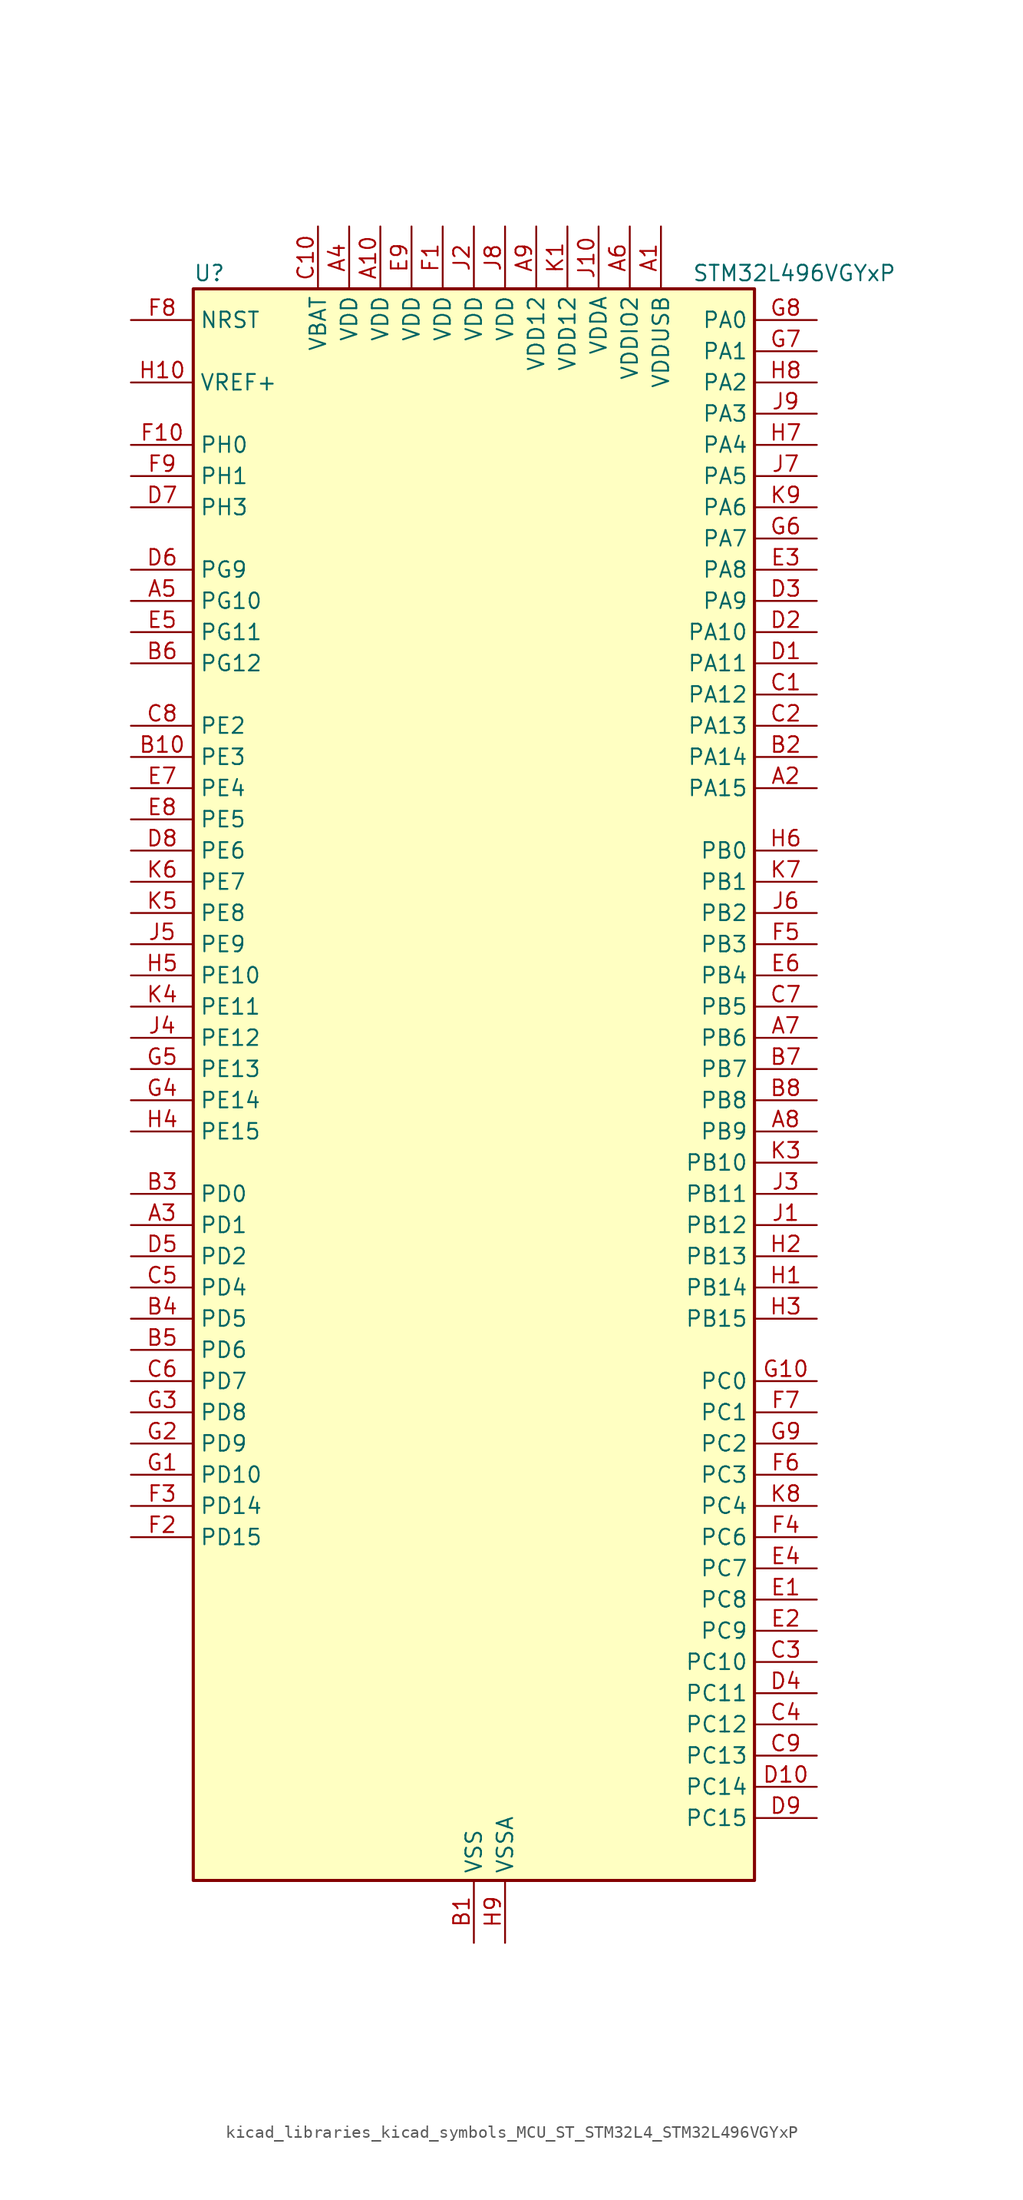
<source format=kicad_sym>
(kicad_symbol_lib
  (version 20220914)
  (generator kicad_symbol_editor)
  (symbol "kicad_libraries_kicad_symbols_MCU_ST_STM32L4_STM32L496VGYxP"
    (property "Reference" "U"
      (at -22.86 67.31 0)
      (effects (font (size 1.27 1.27)) (justify left)))
    (property "Value" "STM32L496VGYxP"
      (at 17.78 67.31 0)
      (effects (font (size 1.27 1.27)) (justify left)))
    (property "ki_locked" ""
      (at 0 0 0)
      (effects (font (size 1.27 1.27))))
    (symbol "kicad_libraries_kicad_symbols_MCU_ST_STM32L4_STM32L496VGYxP_0_1"
      (rectangle (start -22.86 -63.5) (end 22.86 66.04) (stroke (width 0.254) (type default)) (fill (type background))))
    (symbol "kicad_libraries_kicad_symbols_MCU_ST_STM32L4_STM32L496VGYxP_1_1"
      (pin power_in line (at 15.24 71.12 270) (length 5.08) (name "VDDUSB" (effects (font (size 1.27 1.27)))) (number "A1" (effects (font (size 1.27 1.27)))))
      (pin power_in line (at -7.62 71.12 270) (length 5.08) (name "VDD" (effects (font (size 1.27 1.27)))) (number "A10" (effects (font (size 1.27 1.27)))))
      (pin bidirectional line (at 27.94 25.4 180) (length 5.08) (name "PA15" (effects (font (size 1.27 1.27)))) (number "A2" (effects (font (size 1.27 1.27)))) (alternate "ADC1_EXTI15" bidirectional line) (alternate "ADC2_EXTI15" bidirectional line) (alternate "ADC3_EXTI15" bidirectional line) (alternate "LCD_SEG17" bidirectional line) (alternate "SAI2_FS_B" bidirectional line) (alternate "SPI1_NSS" bidirectional line) (alternate "SPI3_NSS" bidirectional line) (alternate "SWPMI1_SUSPEND" bidirectional line) (alternate "SYS_JTDI" bidirectional line) (alternate "TIM2_CH1" bidirectional line) (alternate "TIM2_ETR" bidirectional line) (alternate "TSC_G3_IO1" bidirectional line) (alternate "UART4_DE" bidirectional line) (alternate "UART4_RTS" bidirectional line) (alternate "USART2_RX" bidirectional line) (alternate "USART3_DE" bidirectional line) (alternate "USART3_RTS" bidirectional line))
      (pin bidirectional line (at -27.94 -10.16 0) (length 5.08) (name "PD1" (effects (font (size 1.27 1.27)))) (number "A3" (effects (font (size 1.27 1.27)))) (alternate "CAN1_TX" bidirectional line) (alternate "DFSDM1_CKIN7" bidirectional line) (alternate "FMC_D3" bidirectional line) (alternate "FMC_DA3" bidirectional line) (alternate "SPI2_SCK" bidirectional line))
      (pin power_in line (at -10.16 71.12 270) (length 5.08) (name "VDD" (effects (font (size 1.27 1.27)))) (number "A4" (effects (font (size 1.27 1.27)))))
      (pin bidirectional line (at -27.94 40.64 0) (length 5.08) (name "PG10" (effects (font (size 1.27 1.27)))) (number "A5" (effects (font (size 1.27 1.27)))) (alternate "LPTIM1_IN1" bidirectional line) (alternate "SAI2_FS_A" bidirectional line) (alternate "SPI3_MISO" bidirectional line) (alternate "TIM15_CH1" bidirectional line) (alternate "USART1_RX" bidirectional line))
      (pin power_in line (at 12.7 71.12 270) (length 5.08) (name "VDDIO2" (effects (font (size 1.27 1.27)))) (number "A6" (effects (font (size 1.27 1.27)))))
      (pin bidirectional line (at 27.94 5.08 180) (length 5.08) (name "PB6" (effects (font (size 1.27 1.27)))) (number "A7" (effects (font (size 1.27 1.27)))) (alternate "CAN2_TX" bidirectional line) (alternate "COMP2_INP" bidirectional line) (alternate "DCMI_D5" bidirectional line) (alternate "DFSDM1_DATIN5" bidirectional line) (alternate "I2C1_SCL" bidirectional line) (alternate "I2C4_SCL" bidirectional line) (alternate "LPTIM1_ETR" bidirectional line) (alternate "SAI1_FS_B" bidirectional line) (alternate "TIM16_CH1N" bidirectional line) (alternate "TIM4_CH1" bidirectional line) (alternate "TIM8_BKIN2" bidirectional line) (alternate "TIM8_BKIN2_COMP2" bidirectional line) (alternate "TSC_G2_IO3" bidirectional line) (alternate "USART1_TX" bidirectional line))
      (pin bidirectional line (at 27.94 -2.54 180) (length 5.08) (name "PB9" (effects (font (size 1.27 1.27)))) (number "A8" (effects (font (size 1.27 1.27)))) (alternate "CAN1_TX" bidirectional line) (alternate "DAC1_EXTI9" bidirectional line) (alternate "DCMI_D7" bidirectional line) (alternate "DFSDM1_CKIN6" bidirectional line) (alternate "I2C1_SDA" bidirectional line) (alternate "IR_OUT" bidirectional line) (alternate "LCD_COM3" bidirectional line) (alternate "SAI1_FS_A" bidirectional line) (alternate "SDMMC1_D5" bidirectional line) (alternate "SPI2_NSS" bidirectional line) (alternate "TIM17_CH1" bidirectional line) (alternate "TIM4_CH4" bidirectional line))
      (pin power_in line (at 5.08 71.12 270) (length 5.08) (name "VDD12" (effects (font (size 1.27 1.27)))) (number "A9" (effects (font (size 1.27 1.27)))))
      (pin power_in line (at 0 -68.58 90) (length 5.08) (name "VSS" (effects (font (size 1.27 1.27)))) (number "B1" (effects (font (size 1.27 1.27)))))
      (pin bidirectional line (at -27.94 27.94 0) (length 5.08) (name "PE3" (effects (font (size 1.27 1.27)))) (number "B10" (effects (font (size 1.27 1.27)))) (alternate "FMC_A19" bidirectional line) (alternate "LCD_SEG39" bidirectional line) (alternate "SAI1_SD_B" bidirectional line) (alternate "SYS_TRACED0" bidirectional line) (alternate "TIM3_CH1" bidirectional line) (alternate "TSC_G7_IO2" bidirectional line))
      (pin bidirectional line (at 27.94 27.94 180) (length 5.08) (name "PA14" (effects (font (size 1.27 1.27)))) (number "B2" (effects (font (size 1.27 1.27)))) (alternate "I2C1_SMBA" bidirectional line) (alternate "I2C4_SMBA" bidirectional line) (alternate "LPTIM1_OUT" bidirectional line) (alternate "SAI1_FS_B" bidirectional line) (alternate "SWPMI1_RX" bidirectional line) (alternate "SYS_JTCK-SWCLK" bidirectional line) (alternate "USB_OTG_FS_SOF" bidirectional line))
      (pin bidirectional line (at -27.94 -7.62 0) (length 5.08) (name "PD0" (effects (font (size 1.27 1.27)))) (number "B3" (effects (font (size 1.27 1.27)))) (alternate "CAN1_RX" bidirectional line) (alternate "DFSDM1_DATIN7" bidirectional line) (alternate "FMC_D2" bidirectional line) (alternate "FMC_DA2" bidirectional line) (alternate "SPI2_NSS" bidirectional line))
      (pin bidirectional line (at -27.94 -17.78 0) (length 5.08) (name "PD5" (effects (font (size 1.27 1.27)))) (number "B4" (effects (font (size 1.27 1.27)))) (alternate "FMC_NWE" bidirectional line) (alternate "QUADSPI_BK2_IO1" bidirectional line) (alternate "USART2_TX" bidirectional line))
      (pin bidirectional line (at -27.94 -20.32 0) (length 5.08) (name "PD6" (effects (font (size 1.27 1.27)))) (number "B5" (effects (font (size 1.27 1.27)))) (alternate "DCMI_D10" bidirectional line) (alternate "DFSDM1_DATIN1" bidirectional line) (alternate "FMC_NWAIT" bidirectional line) (alternate "QUADSPI_BK2_IO1" bidirectional line) (alternate "QUADSPI_BK2_IO2" bidirectional line) (alternate "SAI1_SD_A" bidirectional line) (alternate "USART2_RX" bidirectional line))
      (pin bidirectional line (at -27.94 35.56 0) (length 5.08) (name "PG12" (effects (font (size 1.27 1.27)))) (number "B6" (effects (font (size 1.27 1.27)))) (alternate "LPTIM1_ETR" bidirectional line) (alternate "SAI2_SD_A" bidirectional line) (alternate "SPI3_NSS" bidirectional line) (alternate "USART1_DE" bidirectional line) (alternate "USART1_RTS" bidirectional line))
      (pin bidirectional line (at 27.94 2.54 180) (length 5.08) (name "PB7" (effects (font (size 1.27 1.27)))) (number "B7" (effects (font (size 1.27 1.27)))) (alternate "COMP2_INM" bidirectional line) (alternate "DCMI_VSYNC" bidirectional line) (alternate "DFSDM1_CKIN5" bidirectional line) (alternate "FMC_NL" bidirectional line) (alternate "I2C1_SDA" bidirectional line) (alternate "I2C4_SDA" bidirectional line) (alternate "LCD_SEG21" bidirectional line) (alternate "LPTIM1_IN2" bidirectional line) (alternate "SYS_PVD_IN" bidirectional line) (alternate "TIM17_CH1N" bidirectional line) (alternate "TIM4_CH2" bidirectional line) (alternate "TIM8_BKIN" bidirectional line) (alternate "TIM8_BKIN_COMP1" bidirectional line) (alternate "TSC_G2_IO4" bidirectional line) (alternate "UART4_CTS" bidirectional line) (alternate "USART1_RX" bidirectional line))
      (pin bidirectional line (at 27.94 0 180) (length 5.08) (name "PB8" (effects (font (size 1.27 1.27)))) (number "B8" (effects (font (size 1.27 1.27)))) (alternate "CAN1_RX" bidirectional line) (alternate "DCMI_D6" bidirectional line) (alternate "DFSDM1_DATIN6" bidirectional line) (alternate "I2C1_SCL" bidirectional line) (alternate "LCD_SEG16" bidirectional line) (alternate "SAI1_MCLK_A" bidirectional line) (alternate "SDMMC1_D4" bidirectional line) (alternate "TIM16_CH1" bidirectional line) (alternate "TIM4_CH3" bidirectional line))
      (pin passive line (at 0 -68.58 90) (length 5.08) hide (name "VSS" (effects (font (size 1.27 1.27)))) (number "B9" (effects (font (size 1.27 1.27)))))
      (pin bidirectional line (at 27.94 33.02 180) (length 5.08) (name "PA12" (effects (font (size 1.27 1.27)))) (number "C1" (effects (font (size 1.27 1.27)))) (alternate "CAN1_TX" bidirectional line) (alternate "SPI1_MOSI" bidirectional line) (alternate "TIM1_ETR" bidirectional line) (alternate "USART1_DE" bidirectional line) (alternate "USART1_RTS" bidirectional line) (alternate "USB_OTG_FS_DP" bidirectional line))
      (pin power_in line (at -12.7 71.12 270) (length 5.08) (name "VBAT" (effects (font (size 1.27 1.27)))) (number "C10" (effects (font (size 1.27 1.27)))))
      (pin bidirectional line (at 27.94 30.48 180) (length 5.08) (name "PA13" (effects (font (size 1.27 1.27)))) (number "C2" (effects (font (size 1.27 1.27)))) (alternate "IR_OUT" bidirectional line) (alternate "SAI1_SD_B" bidirectional line) (alternate "SWPMI1_TX" bidirectional line) (alternate "SYS_JTMS-SWDIO" bidirectional line) (alternate "USB_OTG_FS_NOE" bidirectional line))
      (pin bidirectional line (at 27.94 -45.72 180) (length 5.08) (name "PC10" (effects (font (size 1.27 1.27)))) (number "C3" (effects (font (size 1.27 1.27)))) (alternate "DCMI_D8" bidirectional line) (alternate "LCD_COM4" bidirectional line) (alternate "LCD_SEG28" bidirectional line) (alternate "LCD_SEG40" bidirectional line) (alternate "SAI2_SCK_B" bidirectional line) (alternate "SDMMC1_D2" bidirectional line) (alternate "SPI3_SCK" bidirectional line) (alternate "SYS_TRACED1" bidirectional line) (alternate "TSC_G3_IO2" bidirectional line) (alternate "UART4_TX" bidirectional line) (alternate "USART3_TX" bidirectional line))
      (pin bidirectional line (at 27.94 -50.8 180) (length 5.08) (name "PC12" (effects (font (size 1.27 1.27)))) (number "C4" (effects (font (size 1.27 1.27)))) (alternate "DCMI_D9" bidirectional line) (alternate "LCD_COM6" bidirectional line) (alternate "LCD_SEG30" bidirectional line) (alternate "LCD_SEG42" bidirectional line) (alternate "SAI2_SD_B" bidirectional line) (alternate "SDMMC1_CK" bidirectional line) (alternate "SPI3_MOSI" bidirectional line) (alternate "SYS_TRACED3" bidirectional line) (alternate "TSC_G3_IO4" bidirectional line) (alternate "UART5_TX" bidirectional line) (alternate "USART3_CK" bidirectional line))
      (pin bidirectional line (at -27.94 -15.24 0) (length 5.08) (name "PD4" (effects (font (size 1.27 1.27)))) (number "C5" (effects (font (size 1.27 1.27)))) (alternate "DFSDM1_CKIN0" bidirectional line) (alternate "FMC_NOE" bidirectional line) (alternate "QUADSPI_BK2_IO0" bidirectional line) (alternate "SPI2_MOSI" bidirectional line) (alternate "USART2_DE" bidirectional line) (alternate "USART2_RTS" bidirectional line))
      (pin bidirectional line (at -27.94 -22.86 0) (length 5.08) (name "PD7" (effects (font (size 1.27 1.27)))) (number "C6" (effects (font (size 1.27 1.27)))) (alternate "DFSDM1_CKIN1" bidirectional line) (alternate "FMC_NE1" bidirectional line) (alternate "QUADSPI_BK2_IO3" bidirectional line) (alternate "USART2_CK" bidirectional line))
      (pin bidirectional line (at 27.94 7.62 180) (length 5.08) (name "PB5" (effects (font (size 1.27 1.27)))) (number "C7" (effects (font (size 1.27 1.27)))) (alternate "CAN2_RX" bidirectional line) (alternate "COMP2_OUT" bidirectional line) (alternate "DCMI_D10" bidirectional line) (alternate "I2C1_SMBA" bidirectional line) (alternate "LCD_SEG9" bidirectional line) (alternate "LPTIM1_IN1" bidirectional line) (alternate "SAI1_SD_B" bidirectional line) (alternate "SPI1_MOSI" bidirectional line) (alternate "SPI3_MOSI" bidirectional line) (alternate "TIM16_BKIN" bidirectional line) (alternate "TIM3_CH2" bidirectional line) (alternate "TSC_G2_IO2" bidirectional line) (alternate "UART5_CTS" bidirectional line) (alternate "USART1_CK" bidirectional line))
      (pin bidirectional line (at -27.94 30.48 0) (length 5.08) (name "PE2" (effects (font (size 1.27 1.27)))) (number "C8" (effects (font (size 1.27 1.27)))) (alternate "FMC_A23" bidirectional line) (alternate "LCD_SEG38" bidirectional line) (alternate "SAI1_MCLK_A" bidirectional line) (alternate "SYS_TRACECLK" bidirectional line) (alternate "TIM3_ETR" bidirectional line) (alternate "TSC_G7_IO1" bidirectional line))
      (pin bidirectional line (at 27.94 -53.34 180) (length 5.08) (name "PC13" (effects (font (size 1.27 1.27)))) (number "C9" (effects (font (size 1.27 1.27)))) (alternate "RTC_OUT_ALARM" bidirectional line) (alternate "RTC_OUT_CALIB" bidirectional line) (alternate "RTC_TAMP1" bidirectional line) (alternate "RTC_TS" bidirectional line) (alternate "SYS_WKUP2" bidirectional line))
      (pin bidirectional line (at 27.94 35.56 180) (length 5.08) (name "PA11" (effects (font (size 1.27 1.27)))) (number "D1" (effects (font (size 1.27 1.27)))) (alternate "ADC1_EXTI11" bidirectional line) (alternate "ADC2_EXTI11" bidirectional line) (alternate "ADC3_EXTI11" bidirectional line) (alternate "CAN1_RX" bidirectional line) (alternate "SPI1_MISO" bidirectional line) (alternate "TIM1_BKIN2" bidirectional line) (alternate "TIM1_BKIN2_COMP1" bidirectional line) (alternate "TIM1_CH4" bidirectional line) (alternate "USART1_CTS" bidirectional line) (alternate "USB_OTG_FS_DM" bidirectional line))
      (pin bidirectional line (at 27.94 -55.88 180) (length 5.08) (name "PC14" (effects (font (size 1.27 1.27)))) (number "D10" (effects (font (size 1.27 1.27)))) (alternate "RCC_OSC32_IN" bidirectional line))
      (pin bidirectional line (at 27.94 38.1 180) (length 5.08) (name "PA10" (effects (font (size 1.27 1.27)))) (number "D2" (effects (font (size 1.27 1.27)))) (alternate "DCMI_D1" bidirectional line) (alternate "LCD_COM2" bidirectional line) (alternate "SAI1_SD_A" bidirectional line) (alternate "TIM17_BKIN" bidirectional line) (alternate "TIM1_CH3" bidirectional line) (alternate "USART1_RX" bidirectional line) (alternate "USB_OTG_FS_ID" bidirectional line))
      (pin bidirectional line (at 27.94 40.64 180) (length 5.08) (name "PA9" (effects (font (size 1.27 1.27)))) (number "D3" (effects (font (size 1.27 1.27)))) (alternate "DAC1_EXTI9" bidirectional line) (alternate "DCMI_D0" bidirectional line) (alternate "LCD_COM1" bidirectional line) (alternate "SAI1_FS_A" bidirectional line) (alternate "SPI2_SCK" bidirectional line) (alternate "TIM15_BKIN" bidirectional line) (alternate "TIM1_CH2" bidirectional line) (alternate "USART1_TX" bidirectional line) (alternate "USB_OTG_FS_VBUS" bidirectional line))
      (pin bidirectional line (at 27.94 -48.26 180) (length 5.08) (name "PC11" (effects (font (size 1.27 1.27)))) (number "D4" (effects (font (size 1.27 1.27)))) (alternate "ADC1_EXTI11" bidirectional line) (alternate "ADC2_EXTI11" bidirectional line) (alternate "ADC3_EXTI11" bidirectional line) (alternate "DCMI_D4" bidirectional line) (alternate "LCD_COM5" bidirectional line) (alternate "LCD_SEG29" bidirectional line) (alternate "LCD_SEG41" bidirectional line) (alternate "QUADSPI_BK2_NCS" bidirectional line) (alternate "SAI2_MCLK_B" bidirectional line) (alternate "SDMMC1_D3" bidirectional line) (alternate "SPI3_MISO" bidirectional line) (alternate "TSC_G3_IO3" bidirectional line) (alternate "UART4_RX" bidirectional line) (alternate "USART3_RX" bidirectional line))
      (pin bidirectional line (at -27.94 -12.7 0) (length 5.08) (name "PD2" (effects (font (size 1.27 1.27)))) (number "D5" (effects (font (size 1.27 1.27)))) (alternate "DCMI_D11" bidirectional line) (alternate "LCD_COM7" bidirectional line) (alternate "LCD_SEG31" bidirectional line) (alternate "LCD_SEG43" bidirectional line) (alternate "SDMMC1_CMD" bidirectional line) (alternate "SYS_TRACED2" bidirectional line) (alternate "TIM3_ETR" bidirectional line) (alternate "TSC_SYNC" bidirectional line) (alternate "UART5_RX" bidirectional line) (alternate "USART3_DE" bidirectional line) (alternate "USART3_RTS" bidirectional line))
      (pin bidirectional line (at -27.94 43.18 0) (length 5.08) (name "PG9" (effects (font (size 1.27 1.27)))) (number "D6" (effects (font (size 1.27 1.27)))) (alternate "DAC1_EXTI9" bidirectional line) (alternate "FMC_NCE" bidirectional line) (alternate "SAI2_SCK_A" bidirectional line) (alternate "SPI3_SCK" bidirectional line) (alternate "TIM15_CH1N" bidirectional line) (alternate "USART1_TX" bidirectional line))
      (pin bidirectional line (at -27.94 48.26 0) (length 5.08) (name "PH3" (effects (font (size 1.27 1.27)))) (number "D7" (effects (font (size 1.27 1.27)))))
      (pin bidirectional line (at -27.94 20.32 0) (length 5.08) (name "PE6" (effects (font (size 1.27 1.27)))) (number "D8" (effects (font (size 1.27 1.27)))) (alternate "DCMI_D7" bidirectional line) (alternate "FMC_A22" bidirectional line) (alternate "RTC_TAMP3" bidirectional line) (alternate "SAI1_SD_A" bidirectional line) (alternate "SYS_TRACED3" bidirectional line) (alternate "SYS_WKUP3" bidirectional line) (alternate "TIM3_CH4" bidirectional line))
      (pin bidirectional line (at 27.94 -58.42 180) (length 5.08) (name "PC15" (effects (font (size 1.27 1.27)))) (number "D9" (effects (font (size 1.27 1.27)))) (alternate "ADC1_EXTI15" bidirectional line) (alternate "ADC2_EXTI15" bidirectional line) (alternate "ADC3_EXTI15" bidirectional line) (alternate "RCC_OSC32_OUT" bidirectional line))
      (pin bidirectional line (at 27.94 -40.64 180) (length 5.08) (name "PC8" (effects (font (size 1.27 1.27)))) (number "E1" (effects (font (size 1.27 1.27)))) (alternate "DCMI_D2" bidirectional line) (alternate "LCD_SEG26" bidirectional line) (alternate "SDMMC1_D0" bidirectional line) (alternate "TIM3_CH3" bidirectional line) (alternate "TIM8_CH3" bidirectional line) (alternate "TSC_G4_IO3" bidirectional line))
      (pin passive line (at 0 -68.58 90) (length 5.08) hide (name "VSS" (effects (font (size 1.27 1.27)))) (number "E10" (effects (font (size 1.27 1.27)))))
      (pin bidirectional line (at 27.94 -43.18 180) (length 5.08) (name "PC9" (effects (font (size 1.27 1.27)))) (number "E2" (effects (font (size 1.27 1.27)))) (alternate "DAC1_EXTI9" bidirectional line) (alternate "DCMI_D3" bidirectional line) (alternate "I2C3_SDA" bidirectional line) (alternate "LCD_SEG27" bidirectional line) (alternate "SAI2_EXTCLK" bidirectional line) (alternate "SDMMC1_D1" bidirectional line) (alternate "TIM3_CH4" bidirectional line) (alternate "TIM8_BKIN2" bidirectional line) (alternate "TIM8_BKIN2_COMP1" bidirectional line) (alternate "TIM8_CH4" bidirectional line) (alternate "TSC_G4_IO4" bidirectional line) (alternate "USB_OTG_FS_NOE" bidirectional line))
      (pin bidirectional line (at 27.94 43.18 180) (length 5.08) (name "PA8" (effects (font (size 1.27 1.27)))) (number "E3" (effects (font (size 1.27 1.27)))) (alternate "LCD_COM0" bidirectional line) (alternate "LPTIM2_OUT" bidirectional line) (alternate "RCC_MCO" bidirectional line) (alternate "SAI1_SCK_A" bidirectional line) (alternate "SWPMI1_IO" bidirectional line) (alternate "TIM1_CH1" bidirectional line) (alternate "USART1_CK" bidirectional line) (alternate "USB_OTG_FS_SOF" bidirectional line))
      (pin bidirectional line (at 27.94 -38.1 180) (length 5.08) (name "PC7" (effects (font (size 1.27 1.27)))) (number "E4" (effects (font (size 1.27 1.27)))) (alternate "DCMI_D1" bidirectional line) (alternate "DFSDM1_DATIN3" bidirectional line) (alternate "LCD_SEG25" bidirectional line) (alternate "SAI2_MCLK_B" bidirectional line) (alternate "SDMMC1_D7" bidirectional line) (alternate "TIM3_CH2" bidirectional line) (alternate "TIM8_CH2" bidirectional line) (alternate "TSC_G4_IO2" bidirectional line))
      (pin bidirectional line (at -27.94 38.1 0) (length 5.08) (name "PG11" (effects (font (size 1.27 1.27)))) (number "E5" (effects (font (size 1.27 1.27)))) (alternate "ADC1_EXTI11" bidirectional line) (alternate "ADC2_EXTI11" bidirectional line) (alternate "ADC3_EXTI11" bidirectional line) (alternate "LPTIM1_IN2" bidirectional line) (alternate "SAI2_MCLK_A" bidirectional line) (alternate "SPI3_MOSI" bidirectional line) (alternate "TIM15_CH2" bidirectional line) (alternate "USART1_CTS" bidirectional line))
      (pin bidirectional line (at 27.94 10.16 180) (length 5.08) (name "PB4" (effects (font (size 1.27 1.27)))) (number "E6" (effects (font (size 1.27 1.27)))) (alternate "COMP2_INP" bidirectional line) (alternate "DCMI_D12" bidirectional line) (alternate "I2C3_SDA" bidirectional line) (alternate "LCD_SEG8" bidirectional line) (alternate "SAI1_MCLK_B" bidirectional line) (alternate "SPI1_MISO" bidirectional line) (alternate "SPI3_MISO" bidirectional line) (alternate "SYS_JTRST" bidirectional line) (alternate "TIM17_BKIN" bidirectional line) (alternate "TIM3_CH1" bidirectional line) (alternate "TSC_G2_IO1" bidirectional line) (alternate "UART5_DE" bidirectional line) (alternate "UART5_RTS" bidirectional line) (alternate "USART1_CTS" bidirectional line))
      (pin bidirectional line (at -27.94 25.4 0) (length 5.08) (name "PE4" (effects (font (size 1.27 1.27)))) (number "E7" (effects (font (size 1.27 1.27)))) (alternate "DCMI_D4" bidirectional line) (alternate "DFSDM1_DATIN3" bidirectional line) (alternate "FMC_A20" bidirectional line) (alternate "SAI1_FS_A" bidirectional line) (alternate "SYS_TRACED1" bidirectional line) (alternate "TIM3_CH2" bidirectional line) (alternate "TSC_G7_IO3" bidirectional line))
      (pin bidirectional line (at -27.94 22.86 0) (length 5.08) (name "PE5" (effects (font (size 1.27 1.27)))) (number "E8" (effects (font (size 1.27 1.27)))) (alternate "DCMI_D6" bidirectional line) (alternate "DFSDM1_CKIN3" bidirectional line) (alternate "FMC_A21" bidirectional line) (alternate "SAI1_SCK_A" bidirectional line) (alternate "SYS_TRACED2" bidirectional line) (alternate "TIM3_CH3" bidirectional line) (alternate "TSC_G7_IO4" bidirectional line))
      (pin power_in line (at -5.08 71.12 270) (length 5.08) (name "VDD" (effects (font (size 1.27 1.27)))) (number "E9" (effects (font (size 1.27 1.27)))))
      (pin power_in line (at -2.54 71.12 270) (length 5.08) (name "VDD" (effects (font (size 1.27 1.27)))) (number "F1" (effects (font (size 1.27 1.27)))))
      (pin bidirectional line (at -27.94 53.34 0) (length 5.08) (name "PH0" (effects (font (size 1.27 1.27)))) (number "F10" (effects (font (size 1.27 1.27)))) (alternate "RCC_OSC_IN" bidirectional line))
      (pin bidirectional line (at -27.94 -35.56 0) (length 5.08) (name "PD15" (effects (font (size 1.27 1.27)))) (number "F2" (effects (font (size 1.27 1.27)))) (alternate "ADC1_EXTI15" bidirectional line) (alternate "ADC2_EXTI15" bidirectional line) (alternate "ADC3_EXTI15" bidirectional line) (alternate "FMC_D1" bidirectional line) (alternate "FMC_DA1" bidirectional line) (alternate "LCD_SEG35" bidirectional line) (alternate "TIM4_CH4" bidirectional line))
      (pin bidirectional line (at -27.94 -33.02 0) (length 5.08) (name "PD14" (effects (font (size 1.27 1.27)))) (number "F3" (effects (font (size 1.27 1.27)))) (alternate "FMC_D0" bidirectional line) (alternate "FMC_DA0" bidirectional line) (alternate "LCD_SEG34" bidirectional line) (alternate "TIM4_CH3" bidirectional line))
      (pin bidirectional line (at 27.94 -35.56 180) (length 5.08) (name "PC6" (effects (font (size 1.27 1.27)))) (number "F4" (effects (font (size 1.27 1.27)))) (alternate "DCMI_D0" bidirectional line) (alternate "DFSDM1_CKIN3" bidirectional line) (alternate "LCD_SEG24" bidirectional line) (alternate "SAI2_MCLK_A" bidirectional line) (alternate "SDMMC1_D6" bidirectional line) (alternate "TIM3_CH1" bidirectional line) (alternate "TIM8_CH1" bidirectional line) (alternate "TSC_G4_IO1" bidirectional line))
      (pin bidirectional line (at 27.94 12.7 180) (length 5.08) (name "PB3" (effects (font (size 1.27 1.27)))) (number "F5" (effects (font (size 1.27 1.27)))) (alternate "COMP2_INM" bidirectional line) (alternate "CRS_SYNC" bidirectional line) (alternate "LCD_SEG7" bidirectional line) (alternate "SAI1_SCK_B" bidirectional line) (alternate "SPI1_SCK" bidirectional line) (alternate "SPI3_SCK" bidirectional line) (alternate "SYS_JTDO-SWO" bidirectional line) (alternate "TIM2_CH2" bidirectional line) (alternate "USART1_DE" bidirectional line) (alternate "USART1_RTS" bidirectional line))
      (pin bidirectional line (at 27.94 -30.48 180) (length 5.08) (name "PC3" (effects (font (size 1.27 1.27)))) (number "F6" (effects (font (size 1.27 1.27)))) (alternate "ADC1_IN4" bidirectional line) (alternate "ADC2_IN4" bidirectional line) (alternate "ADC3_IN4" bidirectional line) (alternate "LCD_VLCD" bidirectional line) (alternate "LPTIM1_ETR" bidirectional line) (alternate "LPTIM2_ETR" bidirectional line) (alternate "QUADSPI_BK2_IO2" bidirectional line) (alternate "SAI1_SD_A" bidirectional line) (alternate "SPI2_MOSI" bidirectional line))
      (pin bidirectional line (at 27.94 -25.4 180) (length 5.08) (name "PC1" (effects (font (size 1.27 1.27)))) (number "F7" (effects (font (size 1.27 1.27)))) (alternate "ADC1_IN2" bidirectional line) (alternate "ADC2_IN2" bidirectional line) (alternate "ADC3_IN2" bidirectional line) (alternate "DFSDM1_CKIN4" bidirectional line) (alternate "I2C3_SDA" bidirectional line) (alternate "I2C4_SDA" bidirectional line) (alternate "LCD_SEG19" bidirectional line) (alternate "LPTIM1_OUT" bidirectional line) (alternate "LPUART1_TX" bidirectional line) (alternate "QUADSPI_BK2_IO0" bidirectional line) (alternate "SAI1_SD_A" bidirectional line) (alternate "SPI2_MOSI" bidirectional line) (alternate "SYS_TRACED0" bidirectional line))
      (pin input line (at -27.94 63.5 0) (length 5.08) (name "NRST" (effects (font (size 1.27 1.27)))) (number "F8" (effects (font (size 1.27 1.27)))))
      (pin bidirectional line (at -27.94 50.8 0) (length 5.08) (name "PH1" (effects (font (size 1.27 1.27)))) (number "F9" (effects (font (size 1.27 1.27)))) (alternate "RCC_OSC_OUT" bidirectional line))
      (pin bidirectional line (at -27.94 -30.48 0) (length 5.08) (name "PD10" (effects (font (size 1.27 1.27)))) (number "G1" (effects (font (size 1.27 1.27)))) (alternate "FMC_D15" bidirectional line) (alternate "FMC_DA15" bidirectional line) (alternate "LCD_SEG30" bidirectional line) (alternate "SAI2_SCK_A" bidirectional line) (alternate "USART3_CK" bidirectional line))
      (pin bidirectional line (at 27.94 -22.86 180) (length 5.08) (name "PC0" (effects (font (size 1.27 1.27)))) (number "G10" (effects (font (size 1.27 1.27)))) (alternate "ADC1_IN1" bidirectional line) (alternate "ADC2_IN1" bidirectional line) (alternate "ADC3_IN1" bidirectional line) (alternate "DFSDM1_DATIN4" bidirectional line) (alternate "I2C3_SCL" bidirectional line) (alternate "I2C4_SCL" bidirectional line) (alternate "LCD_SEG18" bidirectional line) (alternate "LPTIM1_IN1" bidirectional line) (alternate "LPTIM2_IN1" bidirectional line) (alternate "LPUART1_RX" bidirectional line))
      (pin bidirectional line (at -27.94 -27.94 0) (length 5.08) (name "PD9" (effects (font (size 1.27 1.27)))) (number "G2" (effects (font (size 1.27 1.27)))) (alternate "DAC1_EXTI9" bidirectional line) (alternate "DCMI_PIXCLK" bidirectional line) (alternate "FMC_D14" bidirectional line) (alternate "FMC_DA14" bidirectional line) (alternate "LCD_SEG29" bidirectional line) (alternate "SAI2_MCLK_A" bidirectional line) (alternate "USART3_RX" bidirectional line))
      (pin bidirectional line (at -27.94 -25.4 0) (length 5.08) (name "PD8" (effects (font (size 1.27 1.27)))) (number "G3" (effects (font (size 1.27 1.27)))) (alternate "DCMI_HSYNC" bidirectional line) (alternate "FMC_D13" bidirectional line) (alternate "FMC_DA13" bidirectional line) (alternate "LCD_SEG28" bidirectional line) (alternate "USART3_TX" bidirectional line))
      (pin bidirectional line (at -27.94 0 0) (length 5.08) (name "PE14" (effects (font (size 1.27 1.27)))) (number "G4" (effects (font (size 1.27 1.27)))) (alternate "FMC_D11" bidirectional line) (alternate "FMC_DA11" bidirectional line) (alternate "QUADSPI_BK1_IO2" bidirectional line) (alternate "SPI1_MISO" bidirectional line) (alternate "TIM1_BKIN2" bidirectional line) (alternate "TIM1_BKIN2_COMP2" bidirectional line) (alternate "TIM1_CH4" bidirectional line))
      (pin bidirectional line (at -27.94 2.54 0) (length 5.08) (name "PE13" (effects (font (size 1.27 1.27)))) (number "G5" (effects (font (size 1.27 1.27)))) (alternate "DFSDM1_CKIN5" bidirectional line) (alternate "FMC_D10" bidirectional line) (alternate "FMC_DA10" bidirectional line) (alternate "QUADSPI_BK1_IO1" bidirectional line) (alternate "SPI1_SCK" bidirectional line) (alternate "TIM1_CH3" bidirectional line) (alternate "TSC_G5_IO4" bidirectional line))
      (pin bidirectional line (at 27.94 45.72 180) (length 5.08) (name "PA7" (effects (font (size 1.27 1.27)))) (number "G6" (effects (font (size 1.27 1.27)))) (alternate "ADC1_IN12" bidirectional line) (alternate "ADC2_IN12" bidirectional line) (alternate "I2C3_SCL" bidirectional line) (alternate "LCD_SEG4" bidirectional line) (alternate "OPAMP2_VINM" bidirectional line) (alternate "QUADSPI_BK1_IO2" bidirectional line) (alternate "SPI1_MOSI" bidirectional line) (alternate "TIM17_CH1" bidirectional line) (alternate "TIM1_CH1N" bidirectional line) (alternate "TIM3_CH2" bidirectional line) (alternate "TIM8_CH1N" bidirectional line))
      (pin bidirectional line (at 27.94 60.96 180) (length 5.08) (name "PA1" (effects (font (size 1.27 1.27)))) (number "G7" (effects (font (size 1.27 1.27)))) (alternate "ADC1_IN6" bidirectional line) (alternate "ADC2_IN6" bidirectional line) (alternate "I2C1_SMBA" bidirectional line) (alternate "LCD_SEG0" bidirectional line) (alternate "OPAMP1_VINM" bidirectional line) (alternate "SPI1_SCK" bidirectional line) (alternate "TIM15_CH1N" bidirectional line) (alternate "TIM2_CH2" bidirectional line) (alternate "TIM5_CH2" bidirectional line) (alternate "UART4_RX" bidirectional line) (alternate "USART2_DE" bidirectional line) (alternate "USART2_RTS" bidirectional line))
      (pin bidirectional line (at 27.94 63.5 180) (length 5.08) (name "PA0" (effects (font (size 1.27 1.27)))) (number "G8" (effects (font (size 1.27 1.27)))) (alternate "ADC1_IN5" bidirectional line) (alternate "ADC2_IN5" bidirectional line) (alternate "OPAMP1_VINP" bidirectional line) (alternate "RTC_TAMP2" bidirectional line) (alternate "SAI1_EXTCLK" bidirectional line) (alternate "SYS_WKUP1" bidirectional line) (alternate "TIM2_CH1" bidirectional line) (alternate "TIM2_ETR" bidirectional line) (alternate "TIM5_CH1" bidirectional line) (alternate "TIM8_ETR" bidirectional line) (alternate "UART4_TX" bidirectional line) (alternate "USART2_CTS" bidirectional line))
      (pin bidirectional line (at 27.94 -27.94 180) (length 5.08) (name "PC2" (effects (font (size 1.27 1.27)))) (number "G9" (effects (font (size 1.27 1.27)))) (alternate "ADC1_IN3" bidirectional line) (alternate "ADC2_IN3" bidirectional line) (alternate "ADC3_IN3" bidirectional line) (alternate "DFSDM1_CKOUT" bidirectional line) (alternate "LCD_SEG20" bidirectional line) (alternate "LPTIM1_IN2" bidirectional line) (alternate "QUADSPI_BK2_IO1" bidirectional line) (alternate "SPI2_MISO" bidirectional line))
      (pin bidirectional line (at 27.94 -15.24 180) (length 5.08) (name "PB14" (effects (font (size 1.27 1.27)))) (number "H1" (effects (font (size 1.27 1.27)))) (alternate "DFSDM1_DATIN2" bidirectional line) (alternate "I2C2_SDA" bidirectional line) (alternate "LCD_SEG14" bidirectional line) (alternate "SAI2_MCLK_A" bidirectional line) (alternate "SPI2_MISO" bidirectional line) (alternate "SWPMI1_RX" bidirectional line) (alternate "TIM15_CH1" bidirectional line) (alternate "TIM1_CH2N" bidirectional line) (alternate "TIM8_CH2N" bidirectional line) (alternate "TSC_G1_IO3" bidirectional line) (alternate "USART3_DE" bidirectional line) (alternate "USART3_RTS" bidirectional line))
      (pin input line (at -27.94 58.42 0) (length 5.08) (name "VREF+" (effects (font (size 1.27 1.27)))) (number "H10" (effects (font (size 1.27 1.27)))) (alternate "VREFBUF_OUT" bidirectional line))
      (pin bidirectional line (at 27.94 -12.7 180) (length 5.08) (name "PB13" (effects (font (size 1.27 1.27)))) (number "H2" (effects (font (size 1.27 1.27)))) (alternate "CAN2_TX" bidirectional line) (alternate "DFSDM1_CKIN1" bidirectional line) (alternate "I2C2_SCL" bidirectional line) (alternate "LCD_SEG13" bidirectional line) (alternate "LPUART1_CTS" bidirectional line) (alternate "SAI2_SCK_A" bidirectional line) (alternate "SPI2_SCK" bidirectional line) (alternate "SWPMI1_TX" bidirectional line) (alternate "TIM15_CH1N" bidirectional line) (alternate "TIM1_CH1N" bidirectional line) (alternate "TSC_G1_IO2" bidirectional line) (alternate "USART3_CTS" bidirectional line))
      (pin bidirectional line (at 27.94 -17.78 180) (length 5.08) (name "PB15" (effects (font (size 1.27 1.27)))) (number "H3" (effects (font (size 1.27 1.27)))) (alternate "ADC1_EXTI15" bidirectional line) (alternate "ADC2_EXTI15" bidirectional line) (alternate "ADC3_EXTI15" bidirectional line) (alternate "DFSDM1_CKIN2" bidirectional line) (alternate "LCD_SEG15" bidirectional line) (alternate "RTC_REFIN" bidirectional line) (alternate "SAI2_SD_A" bidirectional line) (alternate "SPI2_MOSI" bidirectional line) (alternate "SWPMI1_SUSPEND" bidirectional line) (alternate "TIM15_CH2" bidirectional line) (alternate "TIM1_CH3N" bidirectional line) (alternate "TIM8_CH3N" bidirectional line) (alternate "TSC_G1_IO4" bidirectional line))
      (pin bidirectional line (at -27.94 -2.54 0) (length 5.08) (name "PE15" (effects (font (size 1.27 1.27)))) (number "H4" (effects (font (size 1.27 1.27)))) (alternate "ADC1_EXTI15" bidirectional line) (alternate "ADC2_EXTI15" bidirectional line) (alternate "ADC3_EXTI15" bidirectional line) (alternate "FMC_D12" bidirectional line) (alternate "FMC_DA12" bidirectional line) (alternate "QUADSPI_BK1_IO3" bidirectional line) (alternate "SPI1_MOSI" bidirectional line) (alternate "TIM1_BKIN" bidirectional line) (alternate "TIM1_BKIN_COMP1" bidirectional line))
      (pin bidirectional line (at -27.94 10.16 0) (length 5.08) (name "PE10" (effects (font (size 1.27 1.27)))) (number "H5" (effects (font (size 1.27 1.27)))) (alternate "DFSDM1_DATIN4" bidirectional line) (alternate "FMC_D7" bidirectional line) (alternate "FMC_DA7" bidirectional line) (alternate "QUADSPI_CLK" bidirectional line) (alternate "SAI1_MCLK_B" bidirectional line) (alternate "TIM1_CH2N" bidirectional line) (alternate "TSC_G5_IO1" bidirectional line))
      (pin bidirectional line (at 27.94 20.32 180) (length 5.08) (name "PB0" (effects (font (size 1.27 1.27)))) (number "H6" (effects (font (size 1.27 1.27)))) (alternate "ADC1_IN15" bidirectional line) (alternate "ADC2_IN15" bidirectional line) (alternate "COMP1_OUT" bidirectional line) (alternate "LCD_SEG5" bidirectional line) (alternate "OPAMP2_VOUT" bidirectional line) (alternate "QUADSPI_BK1_IO1" bidirectional line) (alternate "SAI1_EXTCLK" bidirectional line) (alternate "SPI1_NSS" bidirectional line) (alternate "TIM1_CH2N" bidirectional line) (alternate "TIM3_CH3" bidirectional line) (alternate "TIM8_CH2N" bidirectional line) (alternate "USART3_CK" bidirectional line))
      (pin bidirectional line (at 27.94 53.34 180) (length 5.08) (name "PA4" (effects (font (size 1.27 1.27)))) (number "H7" (effects (font (size 1.27 1.27)))) (alternate "ADC1_IN9" bidirectional line) (alternate "ADC2_IN9" bidirectional line) (alternate "DAC1_OUT1" bidirectional line) (alternate "DCMI_HSYNC" bidirectional line) (alternate "LPTIM2_OUT" bidirectional line) (alternate "SAI1_FS_B" bidirectional line) (alternate "SPI1_NSS" bidirectional line) (alternate "SPI3_NSS" bidirectional line) (alternate "USART2_CK" bidirectional line))
      (pin bidirectional line (at 27.94 58.42 180) (length 5.08) (name "PA2" (effects (font (size 1.27 1.27)))) (number "H8" (effects (font (size 1.27 1.27)))) (alternate "ADC1_IN7" bidirectional line) (alternate "ADC2_IN7" bidirectional line) (alternate "LCD_SEG1" bidirectional line) (alternate "LPUART1_TX" bidirectional line) (alternate "QUADSPI_BK1_NCS" bidirectional line) (alternate "RCC_LSCO" bidirectional line) (alternate "SAI2_EXTCLK" bidirectional line) (alternate "SYS_WKUP4" bidirectional line) (alternate "TIM15_CH1" bidirectional line) (alternate "TIM2_CH3" bidirectional line) (alternate "TIM5_CH3" bidirectional line) (alternate "USART2_TX" bidirectional line))
      (pin power_in line (at 2.54 -68.58 90) (length 5.08) (name "VSSA" (effects (font (size 1.27 1.27)))) (number "H9" (effects (font (size 1.27 1.27)))))
      (pin bidirectional line (at 27.94 -10.16 180) (length 5.08) (name "PB12" (effects (font (size 1.27 1.27)))) (number "J1" (effects (font (size 1.27 1.27)))) (alternate "CAN2_RX" bidirectional line) (alternate "DFSDM1_DATIN1" bidirectional line) (alternate "I2C2_SMBA" bidirectional line) (alternate "LCD_SEG12" bidirectional line) (alternate "LPUART1_DE" bidirectional line) (alternate "LPUART1_RTS" bidirectional line) (alternate "SAI2_FS_A" bidirectional line) (alternate "SPI2_NSS" bidirectional line) (alternate "SWPMI1_IO" bidirectional line) (alternate "TIM15_BKIN" bidirectional line) (alternate "TIM1_BKIN" bidirectional line) (alternate "TIM1_BKIN_COMP2" bidirectional line) (alternate "TSC_G1_IO1" bidirectional line) (alternate "USART3_CK" bidirectional line))
      (pin power_in line (at 10.16 71.12 270) (length 5.08) (name "VDDA" (effects (font (size 1.27 1.27)))) (number "J10" (effects (font (size 1.27 1.27)))))
      (pin power_in line (at 0 71.12 270) (length 5.08) (name "VDD" (effects (font (size 1.27 1.27)))) (number "J2" (effects (font (size 1.27 1.27)))))
      (pin bidirectional line (at 27.94 -7.62 180) (length 5.08) (name "PB11" (effects (font (size 1.27 1.27)))) (number "J3" (effects (font (size 1.27 1.27)))) (alternate "ADC1_EXTI11" bidirectional line) (alternate "ADC2_EXTI11" bidirectional line) (alternate "ADC3_EXTI11" bidirectional line) (alternate "COMP2_OUT" bidirectional line) (alternate "DFSDM1_CKIN7" bidirectional line) (alternate "I2C2_SDA" bidirectional line) (alternate "I2C4_SDA" bidirectional line) (alternate "LCD_SEG11" bidirectional line) (alternate "LPUART1_TX" bidirectional line) (alternate "QUADSPI_BK1_NCS" bidirectional line) (alternate "TIM2_CH4" bidirectional line) (alternate "USART3_RX" bidirectional line))
      (pin bidirectional line (at -27.94 5.08 0) (length 5.08) (name "PE12" (effects (font (size 1.27 1.27)))) (number "J4" (effects (font (size 1.27 1.27)))) (alternate "DFSDM1_DATIN5" bidirectional line) (alternate "FMC_D9" bidirectional line) (alternate "FMC_DA9" bidirectional line) (alternate "QUADSPI_BK1_IO0" bidirectional line) (alternate "SPI1_NSS" bidirectional line) (alternate "TIM1_CH3N" bidirectional line) (alternate "TSC_G5_IO3" bidirectional line))
      (pin bidirectional line (at -27.94 12.7 0) (length 5.08) (name "PE9" (effects (font (size 1.27 1.27)))) (number "J5" (effects (font (size 1.27 1.27)))) (alternate "DAC1_EXTI9" bidirectional line) (alternate "DFSDM1_CKOUT" bidirectional line) (alternate "FMC_D6" bidirectional line) (alternate "FMC_DA6" bidirectional line) (alternate "SAI1_FS_B" bidirectional line) (alternate "TIM1_CH1" bidirectional line))
      (pin bidirectional line (at 27.94 15.24 180) (length 5.08) (name "PB2" (effects (font (size 1.27 1.27)))) (number "J6" (effects (font (size 1.27 1.27)))) (alternate "COMP1_INP" bidirectional line) (alternate "DFSDM1_CKIN0" bidirectional line) (alternate "I2C3_SMBA" bidirectional line) (alternate "LCD_VLCD" bidirectional line) (alternate "LPTIM1_OUT" bidirectional line) (alternate "RTC_OUT_ALARM" bidirectional line) (alternate "RTC_OUT_CALIB" bidirectional line))
      (pin bidirectional line (at 27.94 50.8 180) (length 5.08) (name "PA5" (effects (font (size 1.27 1.27)))) (number "J7" (effects (font (size 1.27 1.27)))) (alternate "ADC1_IN10" bidirectional line) (alternate "ADC2_IN10" bidirectional line) (alternate "DAC1_OUT2" bidirectional line) (alternate "LPTIM2_ETR" bidirectional line) (alternate "SPI1_SCK" bidirectional line) (alternate "TIM2_CH1" bidirectional line) (alternate "TIM2_ETR" bidirectional line) (alternate "TIM8_CH1N" bidirectional line))
      (pin power_in line (at 2.54 71.12 270) (length 5.08) (name "VDD" (effects (font (size 1.27 1.27)))) (number "J8" (effects (font (size 1.27 1.27)))))
      (pin bidirectional line (at 27.94 55.88 180) (length 5.08) (name "PA3" (effects (font (size 1.27 1.27)))) (number "J9" (effects (font (size 1.27 1.27)))) (alternate "ADC1_IN8" bidirectional line) (alternate "ADC2_IN8" bidirectional line) (alternate "LCD_SEG2" bidirectional line) (alternate "LPUART1_RX" bidirectional line) (alternate "OPAMP1_VOUT" bidirectional line) (alternate "QUADSPI_CLK" bidirectional line) (alternate "SAI1_MCLK_A" bidirectional line) (alternate "TIM15_CH2" bidirectional line) (alternate "TIM2_CH4" bidirectional line) (alternate "TIM5_CH4" bidirectional line) (alternate "USART2_RX" bidirectional line))
      (pin power_in line (at 7.62 71.12 270) (length 5.08) (name "VDD12" (effects (font (size 1.27 1.27)))) (number "K1" (effects (font (size 1.27 1.27)))))
      (pin passive line (at 0 -68.58 90) (length 5.08) hide (name "VSS" (effects (font (size 1.27 1.27)))) (number "K10" (effects (font (size 1.27 1.27)))))
      (pin passive line (at 0 -68.58 90) (length 5.08) hide (name "VSS" (effects (font (size 1.27 1.27)))) (number "K2" (effects (font (size 1.27 1.27)))))
      (pin bidirectional line (at 27.94 -5.08 180) (length 5.08) (name "PB10" (effects (font (size 1.27 1.27)))) (number "K3" (effects (font (size 1.27 1.27)))) (alternate "COMP1_OUT" bidirectional line) (alternate "DFSDM1_DATIN7" bidirectional line) (alternate "I2C2_SCL" bidirectional line) (alternate "I2C4_SCL" bidirectional line) (alternate "LCD_SEG10" bidirectional line) (alternate "LPUART1_RX" bidirectional line) (alternate "QUADSPI_CLK" bidirectional line) (alternate "SAI1_SCK_A" bidirectional line) (alternate "SPI2_SCK" bidirectional line) (alternate "TIM2_CH3" bidirectional line) (alternate "TSC_SYNC" bidirectional line) (alternate "USART3_TX" bidirectional line))
      (pin bidirectional line (at -27.94 7.62 0) (length 5.08) (name "PE11" (effects (font (size 1.27 1.27)))) (number "K4" (effects (font (size 1.27 1.27)))) (alternate "ADC1_EXTI11" bidirectional line) (alternate "ADC2_EXTI11" bidirectional line) (alternate "ADC3_EXTI11" bidirectional line) (alternate "DFSDM1_CKIN4" bidirectional line) (alternate "FMC_D8" bidirectional line) (alternate "FMC_DA8" bidirectional line) (alternate "QUADSPI_BK1_NCS" bidirectional line) (alternate "TIM1_CH2" bidirectional line) (alternate "TSC_G5_IO2" bidirectional line))
      (pin bidirectional line (at -27.94 15.24 0) (length 5.08) (name "PE8" (effects (font (size 1.27 1.27)))) (number "K5" (effects (font (size 1.27 1.27)))) (alternate "DFSDM1_CKIN2" bidirectional line) (alternate "FMC_D5" bidirectional line) (alternate "FMC_DA5" bidirectional line) (alternate "SAI1_SCK_B" bidirectional line) (alternate "TIM1_CH1N" bidirectional line))
      (pin bidirectional line (at -27.94 17.78 0) (length 5.08) (name "PE7" (effects (font (size 1.27 1.27)))) (number "K6" (effects (font (size 1.27 1.27)))) (alternate "DFSDM1_DATIN2" bidirectional line) (alternate "FMC_D4" bidirectional line) (alternate "FMC_DA4" bidirectional line) (alternate "SAI1_SD_B" bidirectional line) (alternate "TIM1_ETR" bidirectional line))
      (pin bidirectional line (at 27.94 17.78 180) (length 5.08) (name "PB1" (effects (font (size 1.27 1.27)))) (number "K7" (effects (font (size 1.27 1.27)))) (alternate "ADC1_IN16" bidirectional line) (alternate "ADC2_IN16" bidirectional line) (alternate "COMP1_INM" bidirectional line) (alternate "DFSDM1_DATIN0" bidirectional line) (alternate "LCD_SEG6" bidirectional line) (alternate "LPTIM2_IN1" bidirectional line) (alternate "LPUART1_DE" bidirectional line) (alternate "LPUART1_RTS" bidirectional line) (alternate "QUADSPI_BK1_IO0" bidirectional line) (alternate "TIM1_CH3N" bidirectional line) (alternate "TIM3_CH4" bidirectional line) (alternate "TIM8_CH3N" bidirectional line) (alternate "USART3_DE" bidirectional line) (alternate "USART3_RTS" bidirectional line))
      (pin bidirectional line (at 27.94 -33.02 180) (length 5.08) (name "PC4" (effects (font (size 1.27 1.27)))) (number "K8" (effects (font (size 1.27 1.27)))) (alternate "ADC1_IN13" bidirectional line) (alternate "ADC2_IN13" bidirectional line) (alternate "COMP1_INM" bidirectional line) (alternate "LCD_SEG22" bidirectional line) (alternate "QUADSPI_BK2_IO3" bidirectional line) (alternate "USART3_TX" bidirectional line))
      (pin bidirectional line (at 27.94 48.26 180) (length 5.08) (name "PA6" (effects (font (size 1.27 1.27)))) (number "K9" (effects (font (size 1.27 1.27)))) (alternate "ADC1_IN11" bidirectional line) (alternate "ADC2_IN11" bidirectional line) (alternate "DCMI_PIXCLK" bidirectional line) (alternate "LCD_SEG3" bidirectional line) (alternate "LPUART1_CTS" bidirectional line) (alternate "OPAMP2_VINP" bidirectional line) (alternate "QUADSPI_BK1_IO3" bidirectional line) (alternate "SPI1_MISO" bidirectional line) (alternate "TIM16_CH1" bidirectional line) (alternate "TIM1_BKIN" bidirectional line) (alternate "TIM1_BKIN_COMP2" bidirectional line) (alternate "TIM3_CH1" bidirectional line) (alternate "TIM8_BKIN" bidirectional line) (alternate "TIM8_BKIN_COMP2" bidirectional line) (alternate "USART3_CTS" bidirectional line)))))
</source>
